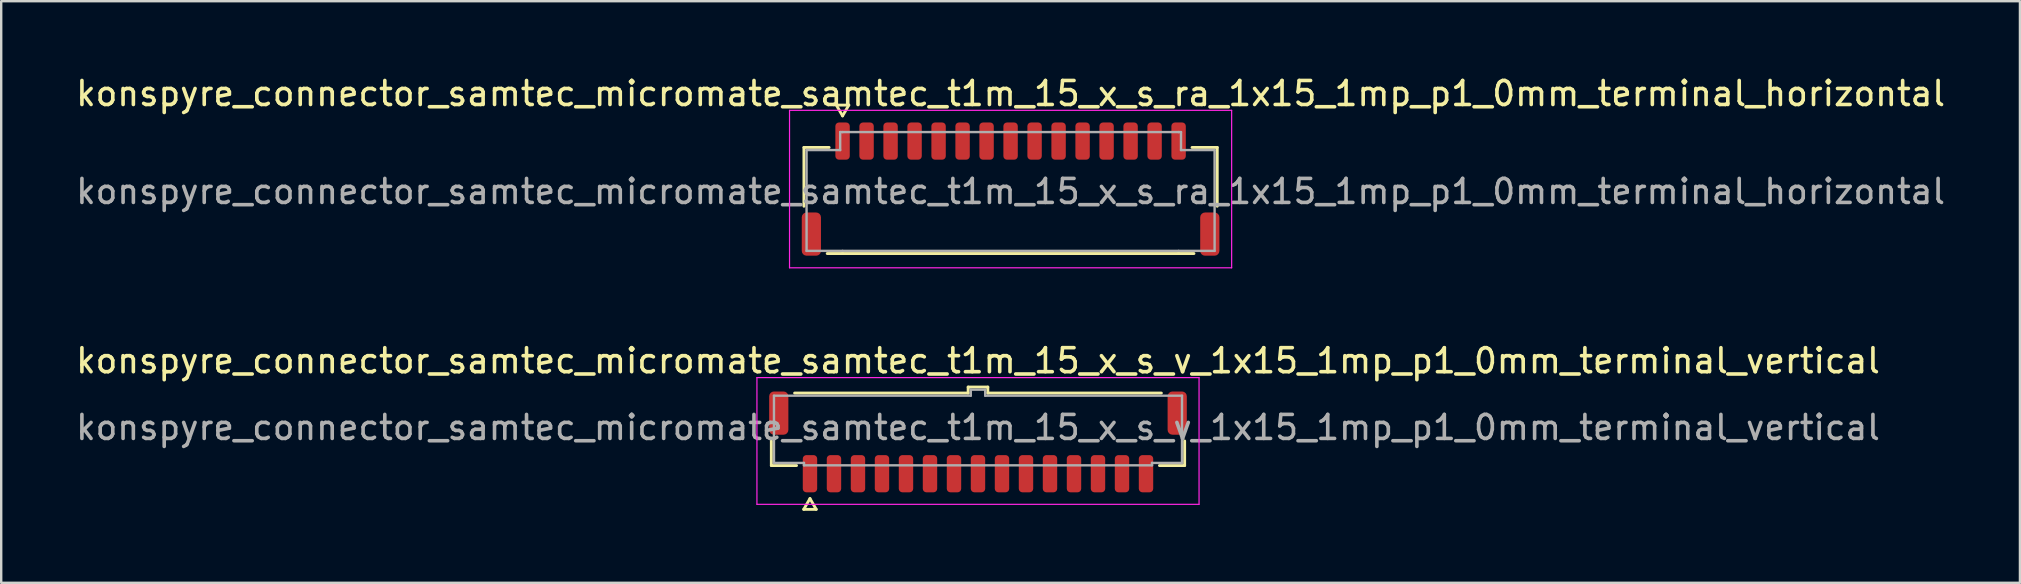
<source format=kicad_pcb>
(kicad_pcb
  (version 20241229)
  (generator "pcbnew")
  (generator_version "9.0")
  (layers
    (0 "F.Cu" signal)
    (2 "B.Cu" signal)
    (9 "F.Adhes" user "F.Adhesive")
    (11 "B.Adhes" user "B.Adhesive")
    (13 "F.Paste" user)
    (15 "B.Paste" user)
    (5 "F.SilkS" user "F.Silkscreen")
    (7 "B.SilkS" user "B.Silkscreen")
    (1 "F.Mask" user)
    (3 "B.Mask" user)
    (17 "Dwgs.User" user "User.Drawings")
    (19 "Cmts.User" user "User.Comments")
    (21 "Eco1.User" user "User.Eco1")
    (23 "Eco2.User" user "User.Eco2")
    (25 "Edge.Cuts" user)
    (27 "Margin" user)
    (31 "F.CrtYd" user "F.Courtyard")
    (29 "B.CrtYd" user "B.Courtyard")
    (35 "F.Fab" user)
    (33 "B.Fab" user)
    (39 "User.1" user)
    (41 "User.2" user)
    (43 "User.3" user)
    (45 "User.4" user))
  (footprint "konspyre_connector_samtec_micromate_samtec_t1m_15_x_s_v_1x15_1mp_p1_0mm_terminal_vertical"
    (layer "F.Cu")
    (at 37.696 14.761)
    (property "Reference" "konspyre_connector_samtec_micromate_samtec_t1m_15_x_s_v_1x15_1mp_p1_0mm_terminal_vertical" (at 0 -2.78 0) (layer "F.SilkS") (effects (font (size 1 1) (thickness 0.15))))
    (attr smd)
    (fp_line (start -8.61 1.585) (end -8.61 0.56) (stroke (width 0.12) (type solid)) (layer "F.SilkS"))
    (fp_line (start -7.64 -1.435) (end -0.41 -1.435) (stroke (width 0.12) (type solid)) (layer "F.SilkS"))
    (fp_line (start -7.56 1.585) (end -8.61 1.585) (stroke (width 0.12) (type solid)) (layer "F.SilkS"))
    (fp_line (start -7.26 3.41) (end -7 2.96) (stroke (width 0.12) (type solid)) (layer "F.SilkS"))
    (fp_line (start -7 2.96) (end -6.74 3.41) (stroke (width 0.12) (type solid)) (layer "F.SilkS"))
    (fp_line (start -6.74 3.41) (end -7.26 3.41) (stroke (width 0.12) (type solid)) (layer "F.SilkS"))
    (fp_line (start -0.41 -1.685) (end 0.41 -1.685) (stroke (width 0.12) (type solid)) (layer "F.SilkS"))
    (fp_line (start -0.41 -1.435) (end -0.41 -1.685) (stroke (width 0.12) (type solid)) (layer "F.SilkS"))
    (fp_line (start 0.41 -1.685) (end 0.41 -1.435) (stroke (width 0.12) (type solid)) (layer "F.SilkS"))
    (fp_line (start 0.41 -1.435) (end 7.64 -1.435) (stroke (width 0.12) (type solid)) (layer "F.SilkS"))
    (fp_line (start 8.61 0.56) (end 8.61 1.585) (stroke (width 0.12) (type solid)) (layer "F.SilkS"))
    (fp_line (start 8.61 1.585) (end 7.56 1.585) (stroke (width 0.12) (type solid)) (layer "F.SilkS"))
    (fp_line (start -9.21 -2.08) (end -9.21 3.2) (stroke (width 0.05) (type solid)) (layer "F.CrtYd"))
    (fp_line (start -9.21 3.2) (end 9.21 3.2) (stroke (width 0.05) (type solid)) (layer "F.CrtYd"))
    (fp_line (start 9.21 -2.08) (end -9.21 -2.08) (stroke (width 0.05) (type solid)) (layer "F.CrtYd"))
    (fp_line (start 9.21 3.2) (end 9.21 -2.08) (stroke (width 0.05) (type solid)) (layer "F.CrtYd"))
    (fp_line (start -8.5 -1.325) (end -0.3 -1.325) (stroke (width 0.1) (type solid)) (layer "F.Fab"))
    (fp_line (start -8.5 1.475) (end -8.5 -1.325) (stroke (width 0.1) (type solid)) (layer "F.Fab"))
    (fp_line (start -7.25 1.475) (end -8.5 1.475) (stroke (width 0.1) (type solid)) (layer "F.Fab"))
    (fp_line (start -7.25 1.575) (end -7.25 1.475) (stroke (width 0.1) (type solid)) (layer "F.Fab"))
    (fp_line (start -0.3 -1.575) (end 0.3 -1.575) (stroke (width 0.1) (type solid)) (layer "F.Fab"))
    (fp_line (start -0.3 -1.325) (end -0.3 -1.575) (stroke (width 0.1) (type solid)) (layer "F.Fab"))
    (fp_line (start 0.3 -1.575) (end 0.3 -1.325) (stroke (width 0.1) (type solid)) (layer "F.Fab"))
    (fp_line (start 0.3 -1.325) (end 8.5 -1.325) (stroke (width 0.1) (type solid)) (layer "F.Fab"))
    (fp_line (start 7.25 1.475) (end 7.25 1.575) (stroke (width 0.1) (type solid)) (layer "F.Fab"))
    (fp_line (start 7.25 1.575) (end -7.25 1.575) (stroke (width 0.1) (type solid)) (layer "F.Fab"))
    (fp_line (start 8.5 -1.325) (end 8.5 1.475) (stroke (width 0.1) (type solid)) (layer "F.Fab"))
    (fp_line (start 8.5 1.475) (end 7.25 1.475) (stroke (width 0.1) (type solid)) (layer "F.Fab"))
    (fp_text user "${REFERENCE}" (at 0 0 0) (layer "F.Fab") (effects (font (size 1 1) (thickness 0.15))))
    (pad "1" smd roundrect (at -7 1.925) (size 0.6 1.55) (layers "F.Cu" "F.Mask" "F.Paste") (roundrect_rratio 0.25))
    (pad "2" smd roundrect (at -6 1.925) (size 0.6 1.55) (layers "F.Cu" "F.Mask" "F.Paste") (roundrect_rratio 0.25))
    (pad "3" smd roundrect (at -5 1.925) (size 0.6 1.55) (layers "F.Cu" "F.Mask" "F.Paste") (roundrect_rratio 0.25))
    (pad "4" smd roundrect (at -4 1.925) (size 0.6 1.55) (layers "F.Cu" "F.Mask" "F.Paste") (roundrect_rratio 0.25))
    (pad "5" smd roundrect (at -3 1.925) (size 0.6 1.55) (layers "F.Cu" "F.Mask" "F.Paste") (roundrect_rratio 0.25))
    (pad "6" smd roundrect (at -2 1.925) (size 0.6 1.55) (layers "F.Cu" "F.Mask" "F.Paste") (roundrect_rratio 0.25))
    (pad "7" smd roundrect (at -1 1.925) (size 0.6 1.55) (layers "F.Cu" "F.Mask" "F.Paste") (roundrect_rratio 0.25))
    (pad "8" smd roundrect (at 0 1.925) (size 0.6 1.55) (layers "F.Cu" "F.Mask" "F.Paste") (roundrect_rratio 0.25))
    (pad "9" smd roundrect (at 1 1.925) (size 0.6 1.55) (layers "F.Cu" "F.Mask" "F.Paste") (roundrect_rratio 0.25))
    (pad "10" smd roundrect (at 2 1.925) (size 0.6 1.55) (layers "F.Cu" "F.Mask" "F.Paste") (roundrect_rratio 0.25))
    (pad "11" smd roundrect (at 3 1.925) (size 0.6 1.55) (layers "F.Cu" "F.Mask" "F.Paste") (roundrect_rratio 0.25))
    (pad "12" smd roundrect (at 4 1.925) (size 0.6 1.55) (layers "F.Cu" "F.Mask" "F.Paste") (roundrect_rratio 0.25))
    (pad "13" smd roundrect (at 5 1.925) (size 0.6 1.55) (layers "F.Cu" "F.Mask" "F.Paste") (roundrect_rratio 0.25))
    (pad "14" smd roundrect (at 6 1.925) (size 0.6 1.55) (layers "F.Cu" "F.Mask" "F.Paste") (roundrect_rratio 0.25))
    (pad "15" smd roundrect (at 7 1.925) (size 0.6 1.55) (layers "F.Cu" "F.Mask" "F.Paste") (roundrect_rratio 0.25))
    (pad "MP" smd roundrect (at -8.3 -0.6) (size 0.8 1.8) (layers "F.Cu" "F.Mask" "F.Paste") (roundrect_rratio 0.25))
    (pad "MP" smd roundrect (at 8.3 -0.6) (size 0.8 1.8) (layers "F.Cu" "F.Mask" "F.Paste") (roundrect_rratio 0.25)))
  (footprint "konspyre_connector_samtec_micromate_samtec_t1m_15_x_s_ra_1x15_1mp_p1_0mm_terminal_horizontal"
    (layer "F.Cu")
    (at 39.054 4.928)
    (property "Reference" "konspyre_connector_samtec_micromate_samtec_t1m_15_x_s_ra_1x15_1mp_p1_0mm_terminal_horizontal" (at 0 -4.08 0) (layer "F.SilkS") (effects (font (size 1 1) (thickness 0.15))))
    (attr smd)
    (fp_line (start -8.61 -1.835) (end -7.56 -1.835) (stroke (width 0.12) (type solid)) (layer "F.SilkS"))
    (fp_line (start -8.61 0.615) (end -8.61 -1.835) (stroke (width 0.12) (type solid)) (layer "F.SilkS"))
    (fp_line (start -7.26 -3.6) (end -7 -3.15) (stroke (width 0.12) (type solid)) (layer "F.SilkS"))
    (fp_line (start -7 -3.15) (end -6.74 -3.6) (stroke (width 0.12) (type solid)) (layer "F.SilkS"))
    (fp_line (start -7 2.585) (end -7.64 2.585) (stroke (width 0.12) (type solid)) (layer "F.SilkS"))
    (fp_line (start -6.74 -3.6) (end -7.26 -3.6) (stroke (width 0.12) (type solid)) (layer "F.SilkS"))
    (fp_line (start 7 2.585) (end -7 2.585) (stroke (width 0.12) (type solid)) (layer "F.SilkS"))
    (fp_line (start 7.56 -1.835) (end 8.61 -1.835) (stroke (width 0.12) (type solid)) (layer "F.SilkS"))
    (fp_line (start 7.64 2.585) (end 7 2.585) (stroke (width 0.12) (type solid)) (layer "F.SilkS"))
    (fp_line (start 8.61 -1.835) (end 8.61 0.615) (stroke (width 0.12) (type solid)) (layer "F.SilkS"))
    (fp_line (start -9.21 -3.38) (end -9.21 3.18) (stroke (width 0.05) (type solid)) (layer "F.CrtYd"))
    (fp_line (start -9.21 3.18) (end 9.21 3.18) (stroke (width 0.05) (type solid)) (layer "F.CrtYd"))
    (fp_line (start 9.21 -3.38) (end -9.21 -3.38) (stroke (width 0.05) (type solid)) (layer "F.CrtYd"))
    (fp_line (start 9.21 3.18) (end 9.21 -3.38) (stroke (width 0.05) (type solid)) (layer "F.CrtYd"))
    (fp_line (start -8.5 -1.725) (end -7.1 -1.725) (stroke (width 0.1) (type solid)) (layer "F.Fab"))
    (fp_line (start -8.5 2.475) (end -8.5 -1.725) (stroke (width 0.1) (type solid)) (layer "F.Fab"))
    (fp_line (start -7.1 -2.475) (end -7 -2.475) (stroke (width 0.1) (type solid)) (layer "F.Fab"))
    (fp_line (start -7.1 -1.725) (end -7.1 -2.475) (stroke (width 0.1) (type solid)) (layer "F.Fab"))
    (fp_line (start -7 -2.475) (end 7 -2.475) (stroke (width 0.1) (type solid)) (layer "F.Fab"))
    (fp_line (start -7 2.475) (end -8.5 2.475) (stroke (width 0.1) (type solid)) (layer "F.Fab"))
    (fp_line (start 7 -2.475) (end 7.1 -2.475) (stroke (width 0.1) (type solid)) (layer "F.Fab"))
    (fp_line (start 7 2.475) (end -7 2.475) (stroke (width 0.1) (type solid)) (layer "F.Fab"))
    (fp_line (start 7.1 -2.475) (end 7.1 -1.725) (stroke (width 0.1) (type solid)) (layer "F.Fab"))
    (fp_line (start 7.1 -1.725) (end 8.5 -1.725) (stroke (width 0.1) (type solid)) (layer "F.Fab"))
    (fp_line (start 8.5 -1.725) (end 8.5 2.475) (stroke (width 0.1) (type solid)) (layer "F.Fab"))
    (fp_line (start 8.5 2.475) (end 7 2.475) (stroke (width 0.1) (type solid)) (layer "F.Fab"))
    (fp_text user "${REFERENCE}" (at 0 0 0) (layer "F.Fab") (effects (font (size 1 1) (thickness 0.15))))
    (pad "1" smd roundrect (at -7 -2.1) (size 0.6 1.55) (layers "F.Cu" "F.Mask" "F.Paste") (roundrect_rratio 0.25))
    (pad "2" smd roundrect (at -6 -2.1) (size 0.6 1.55) (layers "F.Cu" "F.Mask" "F.Paste") (roundrect_rratio 0.25))
    (pad "3" smd roundrect (at -5 -2.1) (size 0.6 1.55) (layers "F.Cu" "F.Mask" "F.Paste") (roundrect_rratio 0.25))
    (pad "4" smd roundrect (at -4 -2.1) (size 0.6 1.55) (layers "F.Cu" "F.Mask" "F.Paste") (roundrect_rratio 0.25))
    (pad "5" smd roundrect (at -3 -2.1) (size 0.6 1.55) (layers "F.Cu" "F.Mask" "F.Paste") (roundrect_rratio 0.25))
    (pad "6" smd roundrect (at -2 -2.1) (size 0.6 1.55) (layers "F.Cu" "F.Mask" "F.Paste") (roundrect_rratio 0.25))
    (pad "7" smd roundrect (at -1 -2.1) (size 0.6 1.55) (layers "F.Cu" "F.Mask" "F.Paste") (roundrect_rratio 0.25))
    (pad "8" smd roundrect (at 0 -2.1) (size 0.6 1.55) (layers "F.Cu" "F.Mask" "F.Paste") (roundrect_rratio 0.25))
    (pad "9" smd roundrect (at 1 -2.1) (size 0.6 1.55) (layers "F.Cu" "F.Mask" "F.Paste") (roundrect_rratio 0.25))
    (pad "10" smd roundrect (at 2 -2.1) (size 0.6 1.55) (layers "F.Cu" "F.Mask" "F.Paste") (roundrect_rratio 0.25))
    (pad "11" smd roundrect (at 3 -2.1) (size 0.6 1.55) (layers "F.Cu" "F.Mask" "F.Paste") (roundrect_rratio 0.25))
    (pad "12" smd roundrect (at 4 -2.1) (size 0.6 1.55) (layers "F.Cu" "F.Mask" "F.Paste") (roundrect_rratio 0.25))
    (pad "13" smd roundrect (at 5 -2.1) (size 0.6 1.55) (layers "F.Cu" "F.Mask" "F.Paste") (roundrect_rratio 0.25))
    (pad "14" smd roundrect (at 6 -2.1) (size 0.6 1.55) (layers "F.Cu" "F.Mask" "F.Paste") (roundrect_rratio 0.25))
    (pad "15" smd roundrect (at 7 -2.1) (size 0.6 1.55) (layers "F.Cu" "F.Mask" "F.Paste") (roundrect_rratio 0.25))
    (pad "MP" smd roundrect (at -8.3 1.775) (size 0.8 1.8) (layers "F.Cu" "F.Mask" "F.Paste") (roundrect_rratio 0.25))
    (pad "MP" smd roundrect (at 8.3 1.775) (size 0.8 1.8) (layers "F.Cu" "F.Mask" "F.Paste") (roundrect_rratio 0.25)))
  (gr_rect
    (start -3 -3)
    (end 81.107 21.232)
    (stroke (width 0.1) (type default))
    (fill no)
    (layer "Edge.Cuts")))
</source>
